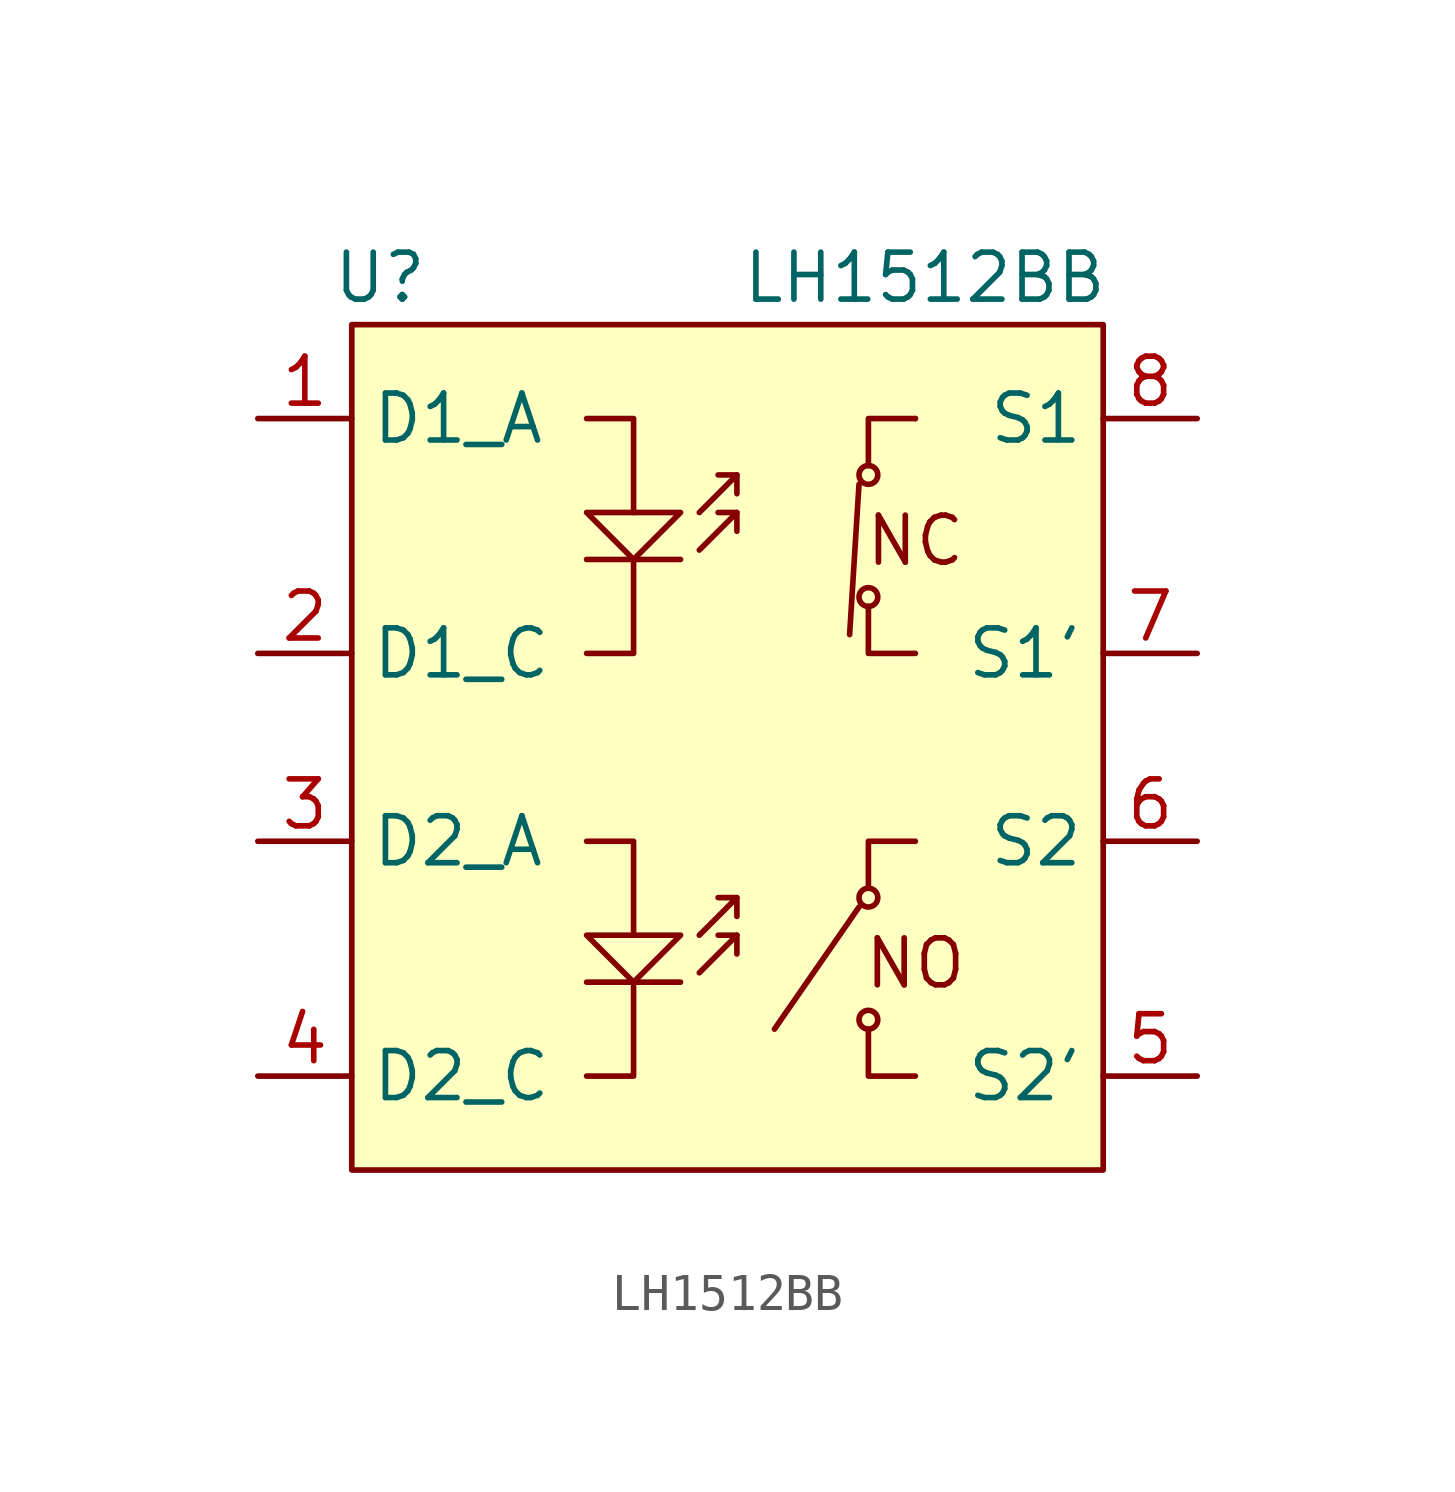
<source format=kicad_sym>
(kicad_symbol_lib
  (version 20241209)
  (generator "kicad_symbol_editor")
  (generator_version "9.0")
  (symbol "LH1512BB"
    (property "Reference" "U"
      (at 0.762 1.27 0)
      (effects (font (size 1.27 1.27))))
    (property "Value" "LH1512BB"
      (at 15.494 1.27 0)
      (effects (font (size 1.27 1.27))))
    (symbol "LH1512BB_0_1"
      (polyline (pts (xy 6.35 -2.54) (xy 7.62 -2.54) (xy 7.62 -5.08)) (stroke (width 0) (type default)) (fill (type none)))
      (polyline (pts (xy 6.35 -5.08) (xy 7.62 -5.08) (xy 8.89 -5.08) (xy 7.62 -6.35) (xy 6.35 -5.08)) (stroke (width 0) (type default)) (fill (type none)))
      (polyline (pts (xy 6.35 -6.35) (xy 8.89 -6.35)) (stroke (width 0) (type default)) (fill (type none)))
      (polyline (pts (xy 6.35 -13.97) (xy 7.62 -13.97) (xy 7.62 -16.51)) (stroke (width 0) (type default)) (fill (type none)))
      (polyline (pts (xy 6.35 -16.51) (xy 7.62 -16.51) (xy 8.89 -16.51) (xy 7.62 -17.78) (xy 6.35 -16.51)) (stroke (width 0) (type default)) (fill (type none)))
      (polyline (pts (xy 6.35 -17.78) (xy 8.89 -17.78)) (stroke (width 0) (type default)) (fill (type none)))
      (polyline (pts (xy 7.62 -6.35) (xy 7.62 -8.89) (xy 6.35 -8.89)) (stroke (width 0) (type default)) (fill (type none)))
      (polyline (pts (xy 7.62 -17.78) (xy 7.62 -20.32) (xy 6.35 -20.32)) (stroke (width 0) (type default)) (fill (type none)))
      (polyline (pts (xy 9.398 -5.08) (xy 10.414 -4.064) (xy 9.906 -4.064) (xy 10.414 -4.064)) (stroke (width 0) (type default)) (fill (type none)))
      (polyline (pts (xy 9.398 -6.096) (xy 10.414 -5.08) (xy 9.906 -5.08) (xy 10.414 -5.08)) (stroke (width 0) (type default)) (fill (type none)))
      (polyline (pts (xy 9.398 -16.51) (xy 10.414 -15.494) (xy 9.906 -15.494) (xy 10.414 -15.494)) (stroke (width 0) (type default)) (fill (type none)))
      (polyline (pts (xy 9.398 -17.526) (xy 10.414 -16.51) (xy 9.906 -16.51) (xy 10.414 -16.51)) (stroke (width 0) (type default)) (fill (type none)))
      (polyline (pts (xy 10.414 -4.572) (xy 10.414 -4.064)) (stroke (width 0) (type default)) (fill (type none)))
      (polyline (pts (xy 10.414 -5.588) (xy 10.414 -5.08)) (stroke (width 0) (type default)) (fill (type none)))
      (polyline (pts (xy 10.414 -16.002) (xy 10.414 -15.494)) (stroke (width 0) (type default)) (fill (type none)))
      (polyline (pts (xy 10.414 -17.018) (xy 10.414 -16.51)) (stroke (width 0) (type default)) (fill (type none)))
      (polyline (pts (xy 13.716 -4.318) (xy 13.462 -8.382)) (stroke (width 0) (type default)) (fill (type none)))
      (polyline (pts (xy 13.716 -15.748) (xy 11.43 -19.05)) (stroke (width 0) (type default)) (fill (type none)))
      (circle (center 13.97 -4.064) (radius 0.254) (stroke (width 0) (type default)) (fill (type none)))
      (circle (center 13.97 -7.366) (radius 0.254) (stroke (width 0) (type default)) (fill (type none)))
      (circle (center 13.97 -15.494) (radius 0.254) (stroke (width 0) (type default)) (fill (type none)))
      (circle (center 13.97 -18.796) (radius 0.254) (stroke (width 0) (type default)) (fill (type none)))
      (polyline (pts (xy 15.24 -2.54) (xy 15.24 -2.54)) (stroke (width 0) (type default)) (fill (type none)))
      (polyline (pts (xy 15.24 -2.54) (xy 13.97 -2.54) (xy 13.97 -3.81)) (stroke (width 0) (type default)) (fill (type none)))
      (polyline (pts (xy 15.24 -8.89) (xy 13.97 -8.89) (xy 13.97 -7.62)) (stroke (width 0) (type default)) (fill (type none)))
      (polyline (pts (xy 15.24 -13.97) (xy 13.97 -13.97) (xy 13.97 -15.24)) (stroke (width 0) (type default)) (fill (type none)))
      (polyline (pts (xy 15.24 -20.32) (xy 13.97 -20.32) (xy 13.97 -19.05)) (stroke (width 0) (type default)) (fill (type none))))
    (symbol "LH1512BB_1_1"
      (rectangle (start 0 0) (end 20.32 -22.86) (stroke (width 0) (type solid)) (fill (type background)))
      (text "NC" (at 15.24 -5.842 0) (effects (font (size 1.27 1.27))))
      (text "NO" (at 15.24 -17.272 0) (effects (font (size 1.27 1.27))))
      (pin input line (at -2.54 -2.54 0) (length 2.54) (name "D1_A" (effects (font (size 1.27 1.27)))) (number "1" (effects (font (size 1.27 1.27)))))
      (pin input line (at -2.54 -8.89 0) (length 2.54) (name "D1_C" (effects (font (size 1.27 1.27)))) (number "2" (effects (font (size 1.27 1.27)))))
      (pin input line (at -2.54 -13.97 0) (length 2.54) (name "D2_A" (effects (font (size 1.27 1.27)))) (number "3" (effects (font (size 1.27 1.27)))))
      (pin input line (at -2.54 -20.32 0) (length 2.54) (name "D2_C" (effects (font (size 1.27 1.27)))) (number "4" (effects (font (size 1.27 1.27)))))
      (pin input line (at 22.86 -2.54 180) (length 2.54) (name "S1" (effects (font (size 1.27 1.27)))) (number "8" (effects (font (size 1.27 1.27)))))
      (pin input line (at 22.86 -8.89 180) (length 2.54) (name "S1'" (effects (font (size 1.27 1.27)))) (number "7" (effects (font (size 1.27 1.27)))))
      (pin input line (at 22.86 -13.97 180) (length 2.54) (name "S2" (effects (font (size 1.27 1.27)))) (number "6" (effects (font (size 1.27 1.27)))))
      (pin input line (at 22.86 -20.32 180) (length 2.54) (name "S2'" (effects (font (size 1.27 1.27)))) (number "5" (effects (font (size 1.27 1.27))))))))
</source>
